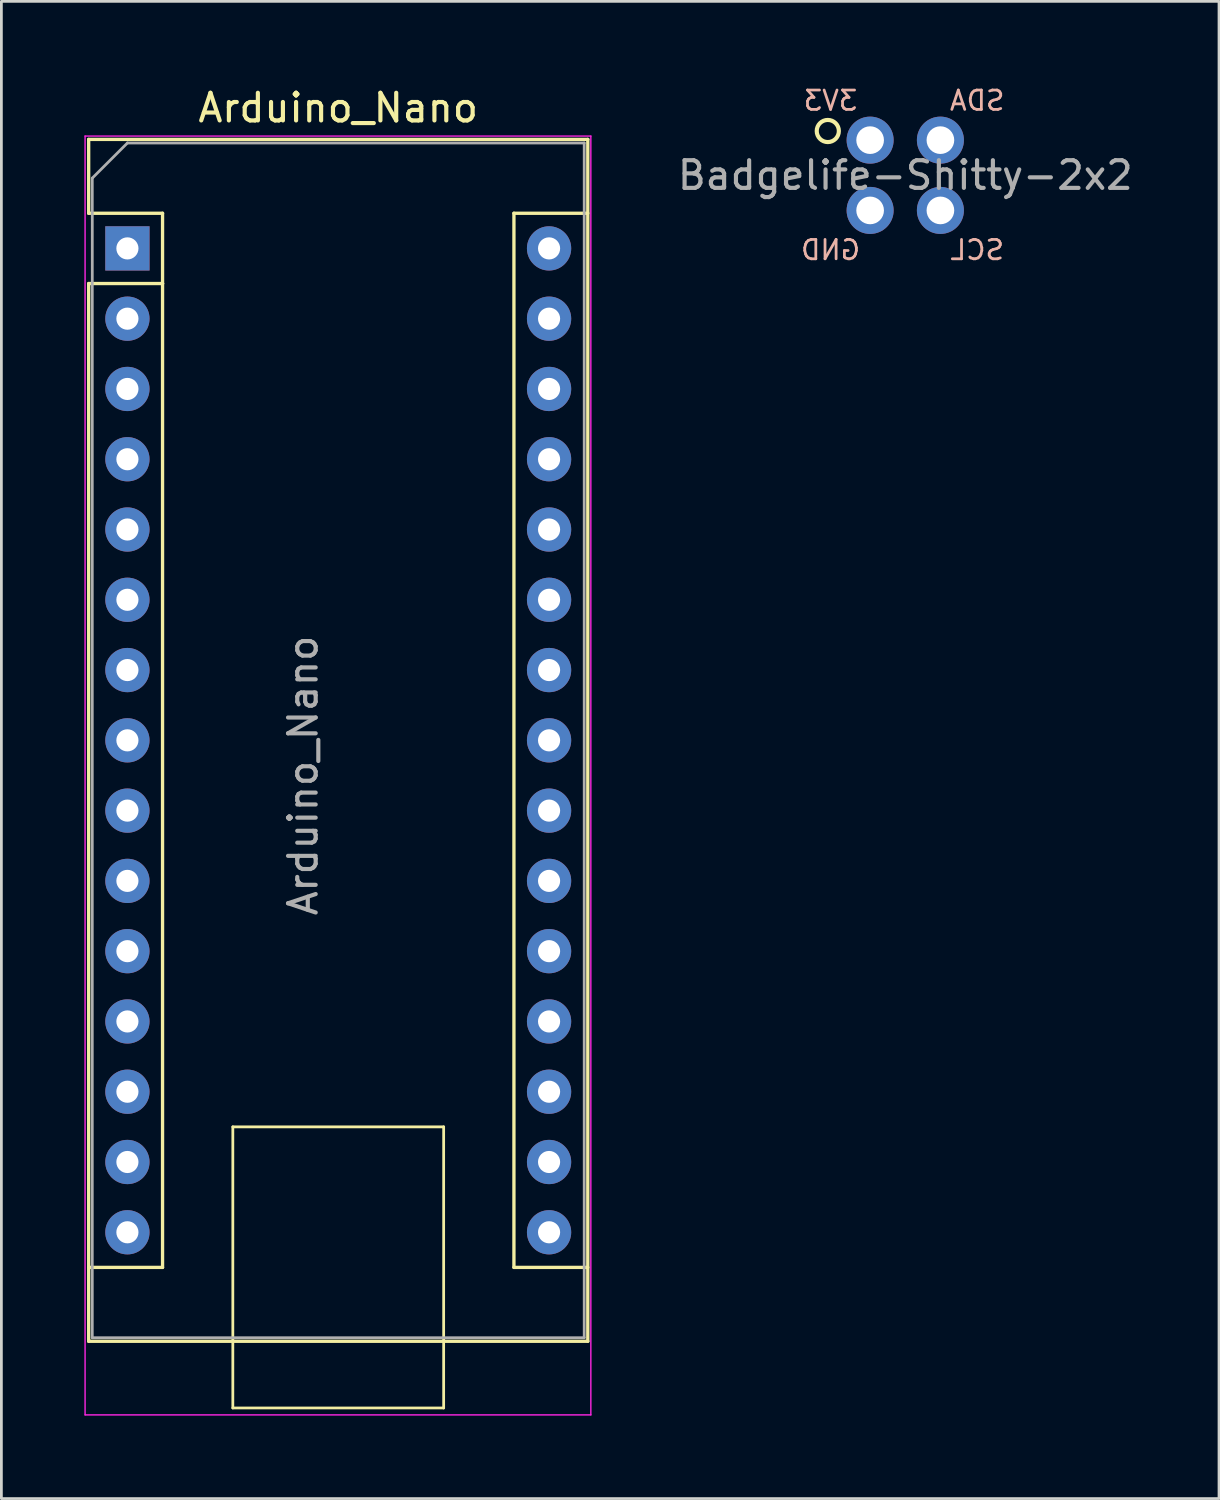
<source format=kicad_pcb>
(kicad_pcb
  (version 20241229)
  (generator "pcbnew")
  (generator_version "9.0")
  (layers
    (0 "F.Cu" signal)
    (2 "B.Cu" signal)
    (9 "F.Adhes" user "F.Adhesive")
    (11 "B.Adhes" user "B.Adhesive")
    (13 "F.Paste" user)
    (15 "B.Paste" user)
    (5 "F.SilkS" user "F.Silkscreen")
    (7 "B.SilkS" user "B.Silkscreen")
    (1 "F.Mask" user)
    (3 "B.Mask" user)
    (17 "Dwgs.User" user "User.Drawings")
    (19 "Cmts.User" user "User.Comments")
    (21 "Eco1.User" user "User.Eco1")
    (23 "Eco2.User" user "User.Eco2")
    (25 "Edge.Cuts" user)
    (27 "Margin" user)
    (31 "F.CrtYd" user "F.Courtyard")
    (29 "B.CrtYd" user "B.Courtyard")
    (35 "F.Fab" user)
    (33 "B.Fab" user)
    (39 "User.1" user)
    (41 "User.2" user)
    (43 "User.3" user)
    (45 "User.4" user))
  (footprint "Badgelife-Shitty-2x2"
    (layer "F.Cu")
    (at 29.669 3.285)
    (property "Reference" "Badgelife-Shitty-2x2" (at 0 0 0) (layer "F.Fab") (effects (font (size 1 1) (thickness 0.15))))
    (attr through_hole)
    (fp_circle (center -2.8 -1.6) (end -2.4 -1.6) (stroke (width 0.15) (type solid)) (fill no) (layer "F.SilkS"))
    (fp_text user "3V3" (at -2.7 -2.7 0) (layer "B.SilkS") (effects (font (size 0.7 0.7) (thickness 0.1)) (justify mirror)))
    (fp_text user "SCL" (at 2.6 2.7 0) (layer "B.SilkS") (effects (font (size 0.7 0.7) (thickness 0.1)) (justify mirror)))
    (fp_text user "GND" (at -2.7 2.7 0) (layer "B.SilkS") (effects (font (size 0.7 0.7) (thickness 0.1)) (justify mirror)))
    (fp_text user "SDA" (at 2.6 -2.7 0) (layer "B.SilkS") (effects (font (size 0.7 0.7) (thickness 0.1)) (justify mirror)))
    (pad "1" thru_hole oval (at -1.27 -1.27) (size 1.7 1.7) (drill 1) (layers "*.Cu" "*.Mask"))
    (pad "2" thru_hole oval (at -1.27 1.27) (size 1.7 1.7) (drill 1) (layers "*.Cu" "*.Mask"))
    (pad "3" thru_hole oval (at 1.27 1.27) (size 1.7 1.7) (drill 1) (layers "*.Cu" "*.Mask"))
    (pad "4" thru_hole circle (at 1.27 -1.27) (size 1.7 1.7) (drill 1) (layers "*.Cu" "*.Mask")))
  (footprint "Arduino_Nano"
    (layer "F.Cu")
    (at 1.555 5.928)
    (property "Reference" "Arduino_Nano" (at 7.62 -5.08 0) (layer "F.SilkS") (effects (font (size 1 1) (thickness 0.15))))
    (attr through_hole)
    (fp_line (start -1.4 -3.94) (end -1.4 -1.27) (stroke (width 0.12) (type solid)) (layer "F.SilkS"))
    (fp_line (start -1.4 1.27) (end -1.4 39.5) (stroke (width 0.12) (type solid)) (layer "F.SilkS"))
    (fp_line (start -1.4 39.5) (end 16.64 39.5) (stroke (width 0.12) (type solid)) (layer "F.SilkS"))
    (fp_line (start 1.27 -1.27) (end -1.4 -1.27) (stroke (width 0.12) (type solid)) (layer "F.SilkS"))
    (fp_line (start 1.27 1.27) (end -1.4 1.27) (stroke (width 0.12) (type solid)) (layer "F.SilkS"))
    (fp_line (start 1.27 1.27) (end 1.27 -1.27) (stroke (width 0.12) (type solid)) (layer "F.SilkS"))
    (fp_line (start 1.27 1.27) (end 1.27 36.83) (stroke (width 0.12) (type solid)) (layer "F.SilkS"))
    (fp_line (start 1.27 36.83) (end -1.4 36.83) (stroke (width 0.12) (type solid)) (layer "F.SilkS"))
    (fp_line (start 3.81 31.75) (end 11.43 31.75) (stroke (width 0.1) (type solid)) (layer "F.SilkS"))
    (fp_line (start 3.81 41.91) (end 3.81 31.75) (stroke (width 0.1) (type solid)) (layer "F.SilkS"))
    (fp_line (start 11.43 31.75) (end 11.43 41.91) (stroke (width 0.1) (type solid)) (layer "F.SilkS"))
    (fp_line (start 11.43 41.91) (end 3.81 41.91) (stroke (width 0.1) (type solid)) (layer "F.SilkS"))
    (fp_line (start 13.97 -1.27) (end 13.97 36.83) (stroke (width 0.12) (type solid)) (layer "F.SilkS"))
    (fp_line (start 13.97 -1.27) (end 16.64 -1.27) (stroke (width 0.12) (type solid)) (layer "F.SilkS"))
    (fp_line (start 13.97 36.83) (end 16.64 36.83) (stroke (width 0.12) (type solid)) (layer "F.SilkS"))
    (fp_line (start 16.64 -3.94) (end -1.4 -3.94) (stroke (width 0.12) (type solid)) (layer "F.SilkS"))
    (fp_line (start 16.64 39.5) (end 16.64 -3.94) (stroke (width 0.12) (type solid)) (layer "F.SilkS"))
    (fp_line (start -1.53 -4.06) (end -1.53 42.16) (stroke (width 0.05) (type solid)) (layer "F.CrtYd"))
    (fp_line (start -1.53 -4.06) (end 16.75 -4.06) (stroke (width 0.05) (type solid)) (layer "F.CrtYd"))
    (fp_line (start 16.75 42.16) (end -1.53 42.16) (stroke (width 0.05) (type solid)) (layer "F.CrtYd"))
    (fp_line (start 16.75 42.16) (end 16.75 -4.06) (stroke (width 0.05) (type solid)) (layer "F.CrtYd"))
    (fp_line (start -1.27 -2.54) (end 0 -3.81) (stroke (width 0.1) (type solid)) (layer "F.Fab"))
    (fp_line (start -1.27 39.37) (end -1.27 -2.54) (stroke (width 0.1) (type solid)) (layer "F.Fab"))
    (fp_line (start 0 -3.81) (end 16.51 -3.81) (stroke (width 0.1) (type solid)) (layer "F.Fab"))
    (fp_line (start 16.51 -3.81) (end 16.51 39.37) (stroke (width 0.1) (type solid)) (layer "F.Fab"))
    (fp_line (start 16.51 39.37) (end -1.27 39.37) (stroke (width 0.1) (type solid)) (layer "F.Fab"))
    (fp_text user "${REFERENCE}" (at 6.35 19.05 90) (layer "F.Fab") (effects (font (size 1 1) (thickness 0.15))))
    (pad "1" thru_hole rect (at 0 0) (size 1.6 1.6) (drill 0.8) (layers "*.Cu" "*.Mask"))
    (pad "2" thru_hole oval (at 0 2.54) (size 1.6 1.6) (drill 0.8) (layers "*.Cu" "*.Mask"))
    (pad "3" thru_hole oval (at 0 5.08) (size 1.6 1.6) (drill 0.8) (layers "*.Cu" "*.Mask"))
    (pad "4" thru_hole oval (at 0 7.62) (size 1.6 1.6) (drill 0.8) (layers "*.Cu" "*.Mask"))
    (pad "5" thru_hole oval (at 0 10.16) (size 1.6 1.6) (drill 0.8) (layers "*.Cu" "*.Mask"))
    (pad "6" thru_hole oval (at 0 12.7) (size 1.6 1.6) (drill 0.8) (layers "*.Cu" "*.Mask"))
    (pad "7" thru_hole oval (at 0 15.24) (size 1.6 1.6) (drill 0.8) (layers "*.Cu" "*.Mask"))
    (pad "8" thru_hole oval (at 0 17.78) (size 1.6 1.6) (drill 0.8) (layers "*.Cu" "*.Mask"))
    (pad "9" thru_hole oval (at 0 20.32) (size 1.6 1.6) (drill 0.8) (layers "*.Cu" "*.Mask"))
    (pad "10" thru_hole oval (at 0 22.86) (size 1.6 1.6) (drill 0.8) (layers "*.Cu" "*.Mask"))
    (pad "11" thru_hole oval (at 0 25.4) (size 1.6 1.6) (drill 0.8) (layers "*.Cu" "*.Mask"))
    (pad "12" thru_hole oval (at 0 27.94) (size 1.6 1.6) (drill 0.8) (layers "*.Cu" "*.Mask"))
    (pad "13" thru_hole oval (at 0 30.48) (size 1.6 1.6) (drill 0.8) (layers "*.Cu" "*.Mask"))
    (pad "14" thru_hole oval (at 0 33.02) (size 1.6 1.6) (drill 0.8) (layers "*.Cu" "*.Mask"))
    (pad "15" thru_hole oval (at 0 35.56) (size 1.6 1.6) (drill 0.8) (layers "*.Cu" "*.Mask"))
    (pad "16" thru_hole oval (at 15.24 35.56) (size 1.6 1.6) (drill 0.8) (layers "*.Cu" "*.Mask"))
    (pad "17" thru_hole oval (at 15.24 33.02) (size 1.6 1.6) (drill 0.8) (layers "*.Cu" "*.Mask"))
    (pad "18" thru_hole oval (at 15.24 30.48) (size 1.6 1.6) (drill 0.8) (layers "*.Cu" "*.Mask"))
    (pad "19" thru_hole oval (at 15.24 27.94) (size 1.6 1.6) (drill 0.8) (layers "*.Cu" "*.Mask"))
    (pad "20" thru_hole oval (at 15.24 25.4) (size 1.6 1.6) (drill 0.8) (layers "*.Cu" "*.Mask"))
    (pad "21" thru_hole oval (at 15.24 22.86) (size 1.6 1.6) (drill 0.8) (layers "*.Cu" "*.Mask"))
    (pad "22" thru_hole oval (at 15.24 20.32) (size 1.6 1.6) (drill 0.8) (layers "*.Cu" "*.Mask"))
    (pad "23" thru_hole oval (at 15.24 17.78) (size 1.6 1.6) (drill 0.8) (layers "*.Cu" "*.Mask"))
    (pad "24" thru_hole oval (at 15.24 15.24) (size 1.6 1.6) (drill 0.8) (layers "*.Cu" "*.Mask"))
    (pad "25" thru_hole oval (at 15.24 12.7) (size 1.6 1.6) (drill 0.8) (layers "*.Cu" "*.Mask"))
    (pad "26" thru_hole oval (at 15.24 10.16) (size 1.6 1.6) (drill 0.8) (layers "*.Cu" "*.Mask"))
    (pad "27" thru_hole oval (at 15.24 7.62) (size 1.6 1.6) (drill 0.8) (layers "*.Cu" "*.Mask"))
    (pad "28" thru_hole oval (at 15.24 5.08) (size 1.6 1.6) (drill 0.8) (layers "*.Cu" "*.Mask"))
    (pad "29" thru_hole oval (at 15.24 2.54) (size 1.6 1.6) (drill 0.8) (layers "*.Cu" "*.Mask"))
    (pad "30" thru_hole oval (at 15.24 0) (size 1.6 1.6) (drill 0.8) (layers "*.Cu" "*.Mask")))
  (gr_rect
    (start -3 -3)
    (end 41.009 51.113)
    (stroke (width 0.1) (type default))
    (fill no)
    (layer "Edge.Cuts")))
</source>
